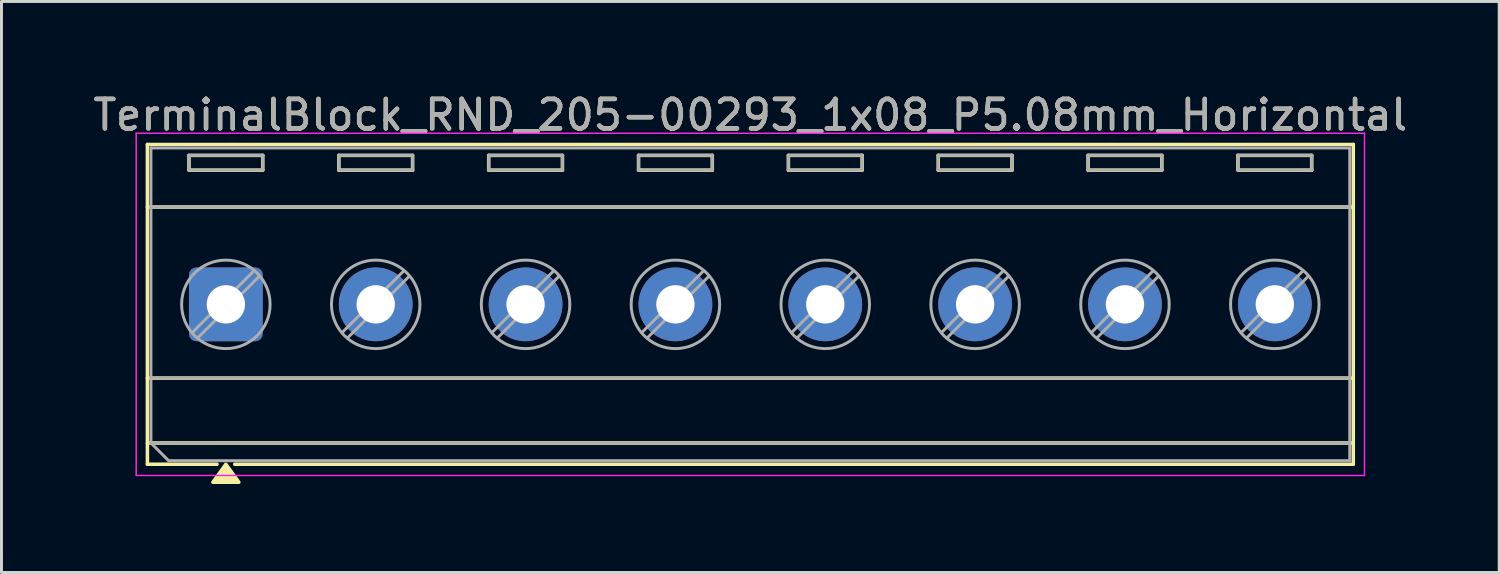
<source format=kicad_pcb>
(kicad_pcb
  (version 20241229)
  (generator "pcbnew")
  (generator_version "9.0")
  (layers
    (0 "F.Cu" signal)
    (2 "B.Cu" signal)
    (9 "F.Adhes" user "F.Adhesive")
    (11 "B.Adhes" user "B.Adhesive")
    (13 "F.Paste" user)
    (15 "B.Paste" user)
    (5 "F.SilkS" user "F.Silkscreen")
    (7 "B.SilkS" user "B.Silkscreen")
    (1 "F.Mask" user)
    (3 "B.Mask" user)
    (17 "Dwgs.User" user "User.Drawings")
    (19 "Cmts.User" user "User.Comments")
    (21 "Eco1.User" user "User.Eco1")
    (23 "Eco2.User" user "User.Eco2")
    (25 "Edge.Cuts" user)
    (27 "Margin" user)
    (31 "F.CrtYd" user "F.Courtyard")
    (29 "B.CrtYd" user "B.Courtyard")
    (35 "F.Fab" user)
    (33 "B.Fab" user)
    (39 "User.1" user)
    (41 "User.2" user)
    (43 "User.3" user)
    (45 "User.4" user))
  (footprint "TerminalBlock_RND_205-00293_1x08_P5.08mm_Horizontal"
    (layer "F.Cu")
    (at 4.607 7.268)
    (property "Reference" "TerminalBlock_RND_205-00293_1x08_P5.08mm_Horizontal" (at 17.78 -6.42 0) (layer "F.SilkS") (effects (font (size 1 1) (thickness 0.15))))
    (attr through_hole)
    (fp_line (start -2.66 -5.42) (end 38.22 -5.42) (stroke (width 0.12) (type solid)) (layer "F.SilkS"))
    (fp_line (start -2.66 -3.3) (end 38.22 -3.3) (stroke (width 0.12) (type solid)) (layer "F.SilkS"))
    (fp_line (start -2.66 2.5) (end 38.22 2.5) (stroke (width 0.12) (type solid)) (layer "F.SilkS"))
    (fp_line (start -2.66 4.7) (end 38.22 4.7) (stroke (width 0.12) (type solid)) (layer "F.SilkS"))
    (fp_line (start -2.66 5.42) (end -2.66 -5.42) (stroke (width 0.12) (type solid)) (layer "F.SilkS"))
    (fp_line (start -1.25 -5.05) (end 1.25 -5.05) (stroke (width 0.12) (type solid)) (layer "F.SilkS"))
    (fp_line (start -1.25 -4.55) (end -1.25 -5.05) (stroke (width 0.12) (type solid)) (layer "F.SilkS"))
    (fp_line (start -0.3 5.42) (end -2.66 5.42) (stroke (width 0.12) (type solid)) (layer "F.SilkS"))
    (fp_line (start 1.25 -5.05) (end 1.25 -4.55) (stroke (width 0.12) (type solid)) (layer "F.SilkS"))
    (fp_line (start 1.25 -4.55) (end -1.25 -4.55) (stroke (width 0.12) (type solid)) (layer "F.SilkS"))
    (fp_line (start 3.83 -5.05) (end 6.33 -5.05) (stroke (width 0.12) (type solid)) (layer "F.SilkS"))
    (fp_line (start 3.83 -4.55) (end 3.83 -5.05) (stroke (width 0.12) (type solid)) (layer "F.SilkS"))
    (fp_line (start 6.33 -5.05) (end 6.33 -4.55) (stroke (width 0.12) (type solid)) (layer "F.SilkS"))
    (fp_line (start 6.33 -4.55) (end 3.83 -4.55) (stroke (width 0.12) (type solid)) (layer "F.SilkS"))
    (fp_line (start 8.91 -5.05) (end 11.41 -5.05) (stroke (width 0.12) (type solid)) (layer "F.SilkS"))
    (fp_line (start 8.91 -4.55) (end 8.91 -5.05) (stroke (width 0.12) (type solid)) (layer "F.SilkS"))
    (fp_line (start 11.41 -5.05) (end 11.41 -4.55) (stroke (width 0.12) (type solid)) (layer "F.SilkS"))
    (fp_line (start 11.41 -4.55) (end 8.91 -4.55) (stroke (width 0.12) (type solid)) (layer "F.SilkS"))
    (fp_line (start 13.99 -5.05) (end 16.49 -5.05) (stroke (width 0.12) (type solid)) (layer "F.SilkS"))
    (fp_line (start 13.99 -4.55) (end 13.99 -5.05) (stroke (width 0.12) (type solid)) (layer "F.SilkS"))
    (fp_line (start 16.49 -5.05) (end 16.49 -4.55) (stroke (width 0.12) (type solid)) (layer "F.SilkS"))
    (fp_line (start 16.49 -4.55) (end 13.99 -4.55) (stroke (width 0.12) (type solid)) (layer "F.SilkS"))
    (fp_line (start 19.07 -5.05) (end 21.57 -5.05) (stroke (width 0.12) (type solid)) (layer "F.SilkS"))
    (fp_line (start 19.07 -4.55) (end 19.07 -5.05) (stroke (width 0.12) (type solid)) (layer "F.SilkS"))
    (fp_line (start 21.57 -5.05) (end 21.57 -4.55) (stroke (width 0.12) (type solid)) (layer "F.SilkS"))
    (fp_line (start 21.57 -4.55) (end 19.07 -4.55) (stroke (width 0.12) (type solid)) (layer "F.SilkS"))
    (fp_line (start 24.15 -5.05) (end 26.65 -5.05) (stroke (width 0.12) (type solid)) (layer "F.SilkS"))
    (fp_line (start 24.15 -4.55) (end 24.15 -5.05) (stroke (width 0.12) (type solid)) (layer "F.SilkS"))
    (fp_line (start 26.65 -5.05) (end 26.65 -4.55) (stroke (width 0.12) (type solid)) (layer "F.SilkS"))
    (fp_line (start 26.65 -4.55) (end 24.15 -4.55) (stroke (width 0.12) (type solid)) (layer "F.SilkS"))
    (fp_line (start 29.23 -5.05) (end 31.73 -5.05) (stroke (width 0.12) (type solid)) (layer "F.SilkS"))
    (fp_line (start 29.23 -4.55) (end 29.23 -5.05) (stroke (width 0.12) (type solid)) (layer "F.SilkS"))
    (fp_line (start 31.73 -5.05) (end 31.73 -4.55) (stroke (width 0.12) (type solid)) (layer "F.SilkS"))
    (fp_line (start 31.73 -4.55) (end 29.23 -4.55) (stroke (width 0.12) (type solid)) (layer "F.SilkS"))
    (fp_line (start 34.31 -5.05) (end 36.81 -5.05) (stroke (width 0.12) (type solid)) (layer "F.SilkS"))
    (fp_line (start 34.31 -4.55) (end 34.31 -5.05) (stroke (width 0.12) (type solid)) (layer "F.SilkS"))
    (fp_line (start 36.81 -5.05) (end 36.81 -4.55) (stroke (width 0.12) (type solid)) (layer "F.SilkS"))
    (fp_line (start 36.81 -4.55) (end 34.31 -4.55) (stroke (width 0.12) (type solid)) (layer "F.SilkS"))
    (fp_line (start 38.22 -5.42) (end 38.22 5.42) (stroke (width 0.12) (type solid)) (layer "F.SilkS"))
    (fp_line (start 38.22 5.42) (end 0.3 5.42) (stroke (width 0.12) (type solid)) (layer "F.SilkS"))
    (fp_poly (pts (xy 0 5.42) (xy 0.44 6.03) (xy -0.44 6.03)) (stroke (width 0.12) (type solid)) (fill yes) (layer "F.SilkS"))
    (fp_line (start -3.04 -5.8) (end -3.04 5.8) (stroke (width 0.05) (type solid)) (layer "F.CrtYd"))
    (fp_line (start -3.04 5.8) (end 38.6 5.8) (stroke (width 0.05) (type solid)) (layer "F.CrtYd"))
    (fp_line (start 38.6 -5.8) (end -3.04 -5.8) (stroke (width 0.05) (type solid)) (layer "F.CrtYd"))
    (fp_line (start 38.6 5.8) (end 38.6 -5.8) (stroke (width 0.05) (type solid)) (layer "F.CrtYd"))
    (fp_line (start -2.54 -5.3) (end 38.1 -5.3) (stroke (width 0.1) (type solid)) (layer "F.Fab"))
    (fp_line (start -2.54 -3.3) (end 38.1 -3.3) (stroke (width 0.1) (type solid)) (layer "F.Fab"))
    (fp_line (start -2.54 2.5) (end 38.1 2.5) (stroke (width 0.1) (type solid)) (layer "F.Fab"))
    (fp_line (start -2.54 4.7) (end -2.54 -5.3) (stroke (width 0.1) (type solid)) (layer "F.Fab"))
    (fp_line (start -2.54 4.7) (end 38.1 4.7) (stroke (width 0.1) (type solid)) (layer "F.Fab"))
    (fp_line (start -1.94 5.3) (end -2.54 4.7) (stroke (width 0.1) (type solid)) (layer "F.Fab"))
    (fp_line (start -1.25 -5.05) (end -1.25 -4.55) (stroke (width 0.1) (type solid)) (layer "F.Fab"))
    (fp_line (start -1.25 -4.55) (end 1.25 -4.55) (stroke (width 0.1) (type solid)) (layer "F.Fab"))
    (fp_line (start 0.955 -1.138) (end -1.138 0.955) (stroke (width 0.1) (type solid)) (layer "F.Fab"))
    (fp_line (start 1.138 -0.955) (end -0.955 1.138) (stroke (width 0.1) (type solid)) (layer "F.Fab"))
    (fp_line (start 1.25 -5.05) (end -1.25 -5.05) (stroke (width 0.1) (type solid)) (layer "F.Fab"))
    (fp_line (start 1.25 -4.55) (end 1.25 -5.05) (stroke (width 0.1) (type solid)) (layer "F.Fab"))
    (fp_line (start 3.83 -5.05) (end 3.83 -4.55) (stroke (width 0.1) (type solid)) (layer "F.Fab"))
    (fp_line (start 3.83 -4.55) (end 6.33 -4.55) (stroke (width 0.1) (type solid)) (layer "F.Fab"))
    (fp_line (start 6.035 -1.138) (end 3.942 0.955) (stroke (width 0.1) (type solid)) (layer "F.Fab"))
    (fp_line (start 6.218 -0.955) (end 4.125 1.138) (stroke (width 0.1) (type solid)) (layer "F.Fab"))
    (fp_line (start 6.33 -5.05) (end 3.83 -5.05) (stroke (width 0.1) (type solid)) (layer "F.Fab"))
    (fp_line (start 6.33 -4.55) (end 6.33 -5.05) (stroke (width 0.1) (type solid)) (layer "F.Fab"))
    (fp_line (start 8.91 -5.05) (end 8.91 -4.55) (stroke (width 0.1) (type solid)) (layer "F.Fab"))
    (fp_line (start 8.91 -4.55) (end 11.41 -4.55) (stroke (width 0.1) (type solid)) (layer "F.Fab"))
    (fp_line (start 11.115 -1.138) (end 9.022 0.955) (stroke (width 0.1) (type solid)) (layer "F.Fab"))
    (fp_line (start 11.298 -0.955) (end 9.205 1.138) (stroke (width 0.1) (type solid)) (layer "F.Fab"))
    (fp_line (start 11.41 -5.05) (end 8.91 -5.05) (stroke (width 0.1) (type solid)) (layer "F.Fab"))
    (fp_line (start 11.41 -4.55) (end 11.41 -5.05) (stroke (width 0.1) (type solid)) (layer "F.Fab"))
    (fp_line (start 13.99 -5.05) (end 13.99 -4.55) (stroke (width 0.1) (type solid)) (layer "F.Fab"))
    (fp_line (start 13.99 -4.55) (end 16.49 -4.55) (stroke (width 0.1) (type solid)) (layer "F.Fab"))
    (fp_line (start 16.195 -1.138) (end 14.102 0.955) (stroke (width 0.1) (type solid)) (layer "F.Fab"))
    (fp_line (start 16.378 -0.955) (end 14.285 1.138) (stroke (width 0.1) (type solid)) (layer "F.Fab"))
    (fp_line (start 16.49 -5.05) (end 13.99 -5.05) (stroke (width 0.1) (type solid)) (layer "F.Fab"))
    (fp_line (start 16.49 -4.55) (end 16.49 -5.05) (stroke (width 0.1) (type solid)) (layer "F.Fab"))
    (fp_line (start 19.07 -5.05) (end 19.07 -4.55) (stroke (width 0.1) (type solid)) (layer "F.Fab"))
    (fp_line (start 19.07 -4.55) (end 21.57 -4.55) (stroke (width 0.1) (type solid)) (layer "F.Fab"))
    (fp_line (start 21.275 -1.138) (end 19.182 0.955) (stroke (width 0.1) (type solid)) (layer "F.Fab"))
    (fp_line (start 21.458 -0.955) (end 19.365 1.138) (stroke (width 0.1) (type solid)) (layer "F.Fab"))
    (fp_line (start 21.57 -5.05) (end 19.07 -5.05) (stroke (width 0.1) (type solid)) (layer "F.Fab"))
    (fp_line (start 21.57 -4.55) (end 21.57 -5.05) (stroke (width 0.1) (type solid)) (layer "F.Fab"))
    (fp_line (start 24.15 -5.05) (end 24.15 -4.55) (stroke (width 0.1) (type solid)) (layer "F.Fab"))
    (fp_line (start 24.15 -4.55) (end 26.65 -4.55) (stroke (width 0.1) (type solid)) (layer "F.Fab"))
    (fp_line (start 26.355 -1.138) (end 24.262 0.955) (stroke (width 0.1) (type solid)) (layer "F.Fab"))
    (fp_line (start 26.538 -0.955) (end 24.445 1.138) (stroke (width 0.1) (type solid)) (layer "F.Fab"))
    (fp_line (start 26.65 -5.05) (end 24.15 -5.05) (stroke (width 0.1) (type solid)) (layer "F.Fab"))
    (fp_line (start 26.65 -4.55) (end 26.65 -5.05) (stroke (width 0.1) (type solid)) (layer "F.Fab"))
    (fp_line (start 29.23 -5.05) (end 29.23 -4.55) (stroke (width 0.1) (type solid)) (layer "F.Fab"))
    (fp_line (start 29.23 -4.55) (end 31.73 -4.55) (stroke (width 0.1) (type solid)) (layer "F.Fab"))
    (fp_line (start 31.435 -1.138) (end 29.342 0.955) (stroke (width 0.1) (type solid)) (layer "F.Fab"))
    (fp_line (start 31.618 -0.955) (end 29.525 1.138) (stroke (width 0.1) (type solid)) (layer "F.Fab"))
    (fp_line (start 31.73 -5.05) (end 29.23 -5.05) (stroke (width 0.1) (type solid)) (layer "F.Fab"))
    (fp_line (start 31.73 -4.55) (end 31.73 -5.05) (stroke (width 0.1) (type solid)) (layer "F.Fab"))
    (fp_line (start 34.31 -5.05) (end 34.31 -4.55) (stroke (width 0.1) (type solid)) (layer "F.Fab"))
    (fp_line (start 34.31 -4.55) (end 36.81 -4.55) (stroke (width 0.1) (type solid)) (layer "F.Fab"))
    (fp_line (start 36.515 -1.138) (end 34.422 0.955) (stroke (width 0.1) (type solid)) (layer "F.Fab"))
    (fp_line (start 36.698 -0.955) (end 34.605 1.138) (stroke (width 0.1) (type solid)) (layer "F.Fab"))
    (fp_line (start 36.81 -5.05) (end 34.31 -5.05) (stroke (width 0.1) (type solid)) (layer "F.Fab"))
    (fp_line (start 36.81 -4.55) (end 36.81 -5.05) (stroke (width 0.1) (type solid)) (layer "F.Fab"))
    (fp_line (start 38.1 -5.3) (end 38.1 5.3) (stroke (width 0.1) (type solid)) (layer "F.Fab"))
    (fp_line (start 38.1 5.3) (end -1.94 5.3) (stroke (width 0.1) (type solid)) (layer "F.Fab"))
    (fp_circle (center 0 0) (end 1.5 0) (stroke (width 0.1) (type solid)) (fill no) (layer "F.Fab"))
    (fp_circle (center 5.08 0) (end 6.58 0) (stroke (width 0.1) (type solid)) (fill no) (layer "F.Fab"))
    (fp_circle (center 10.16 0) (end 11.66 0) (stroke (width 0.1) (type solid)) (fill no) (layer "F.Fab"))
    (fp_circle (center 15.24 0) (end 16.74 0) (stroke (width 0.1) (type solid)) (fill no) (layer "F.Fab"))
    (fp_circle (center 20.32 0) (end 21.82 0) (stroke (width 0.1) (type solid)) (fill no) (layer "F.Fab"))
    (fp_circle (center 25.4 0) (end 26.9 0) (stroke (width 0.1) (type solid)) (fill no) (layer "F.Fab"))
    (fp_circle (center 30.48 0) (end 31.98 0) (stroke (width 0.1) (type solid)) (fill no) (layer "F.Fab"))
    (fp_circle (center 35.56 0) (end 37.06 0) (stroke (width 0.1) (type solid)) (fill no) (layer "F.Fab"))
    (fp_text user "${REFERENCE}" (at 17.78 -6.42 0) (layer "F.Fab") (effects (font (size 1 1) (thickness 0.15))))
    (pad "1" thru_hole roundrect (at 0 0) (size 2.5 2.5) (drill 1.3) (layers "*.Cu" "*.Mask") (roundrect_rratio 0.1))
    (pad "2" thru_hole circle (at 5.08 0) (size 2.5 2.5) (drill 1.3) (layers "*.Cu" "*.Mask"))
    (pad "3" thru_hole circle (at 10.16 0) (size 2.5 2.5) (drill 1.3) (layers "*.Cu" "*.Mask"))
    (pad "4" thru_hole circle (at 15.24 0) (size 2.5 2.5) (drill 1.3) (layers "*.Cu" "*.Mask"))
    (pad "5" thru_hole circle (at 20.32 0) (size 2.5 2.5) (drill 1.3) (layers "*.Cu" "*.Mask"))
    (pad "6" thru_hole circle (at 25.4 0) (size 2.5 2.5) (drill 1.3) (layers "*.Cu" "*.Mask"))
    (pad "7" thru_hole circle (at 30.48 0) (size 2.5 2.5) (drill 1.3) (layers "*.Cu" "*.Mask"))
    (pad "8" thru_hole circle (at 35.56 0) (size 2.5 2.5) (drill 1.3) (layers "*.Cu" "*.Mask")))
  (gr_rect
    (start -3 -3)
    (end 47.774 16.358)
    (stroke (width 0.1) (type default))
    (fill no)
    (layer "Edge.Cuts")))
</source>
